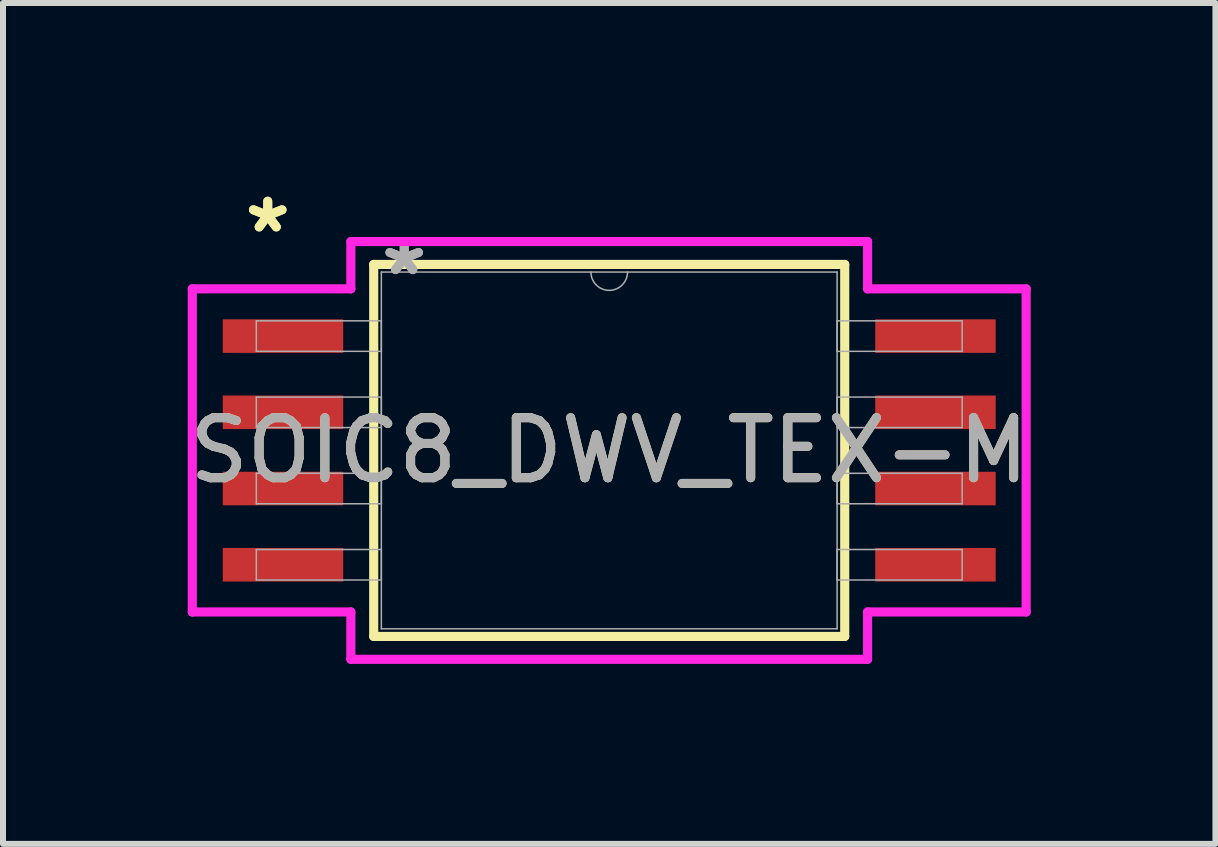
<source format=kicad_pcb>
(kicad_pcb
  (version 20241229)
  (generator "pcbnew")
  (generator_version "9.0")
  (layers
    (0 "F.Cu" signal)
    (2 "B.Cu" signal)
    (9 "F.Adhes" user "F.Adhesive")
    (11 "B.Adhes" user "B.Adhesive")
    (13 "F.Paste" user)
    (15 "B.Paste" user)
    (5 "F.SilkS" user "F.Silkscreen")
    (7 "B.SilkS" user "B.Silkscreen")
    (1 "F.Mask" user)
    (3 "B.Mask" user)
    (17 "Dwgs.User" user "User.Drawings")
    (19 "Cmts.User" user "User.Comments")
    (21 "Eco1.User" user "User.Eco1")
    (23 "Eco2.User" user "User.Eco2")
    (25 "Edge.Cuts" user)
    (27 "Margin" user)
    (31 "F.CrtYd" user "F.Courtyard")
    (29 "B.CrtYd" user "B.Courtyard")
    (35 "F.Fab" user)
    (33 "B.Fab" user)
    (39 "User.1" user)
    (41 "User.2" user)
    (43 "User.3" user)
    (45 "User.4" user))
  (footprint "SOIC8_DWV_TEX-M"
    (layer "F.Cu")
    (at 7.101 4.455)
    (property "Reference" "SOIC8_DWV_TEX-M" (at 0 0 0) (unlocked yes) (layer "F.SilkS") (effects (font (size 1 1) (thickness 0.15))))
    (attr smd)
    (fp_line (start -3.924 -3.099) (end -3.924 3.099) (stroke (width 0.152) (type solid)) (layer "F.SilkS"))
    (fp_line (start -3.924 3.099) (end 3.924 3.099) (stroke (width 0.152) (type solid)) (layer "F.SilkS"))
    (fp_line (start 3.924 -3.099) (end -3.924 -3.099) (stroke (width 0.152) (type solid)) (layer "F.SilkS"))
    (fp_line (start 3.924 3.099) (end 3.924 -3.099) (stroke (width 0.152) (type solid)) (layer "F.SilkS"))
    (fp_line (start -6.947 -2.692) (end -4.305 -2.692) (stroke (width 0.152) (type solid)) (layer "F.CrtYd"))
    (fp_line (start -6.947 2.692) (end -6.947 -2.692) (stroke (width 0.152) (type solid)) (layer "F.CrtYd"))
    (fp_line (start -6.947 2.692) (end -4.305 2.692) (stroke (width 0.152) (type solid)) (layer "F.CrtYd"))
    (fp_line (start -4.305 -3.48) (end 4.305 -3.48) (stroke (width 0.152) (type solid)) (layer "F.CrtYd"))
    (fp_line (start -4.305 -2.692) (end -4.305 -3.48) (stroke (width 0.152) (type solid)) (layer "F.CrtYd"))
    (fp_line (start -4.305 3.48) (end -4.305 2.692) (stroke (width 0.152) (type solid)) (layer "F.CrtYd"))
    (fp_line (start 4.305 -3.48) (end 4.305 -2.692) (stroke (width 0.152) (type solid)) (layer "F.CrtYd"))
    (fp_line (start 4.305 2.692) (end 4.305 3.48) (stroke (width 0.152) (type solid)) (layer "F.CrtYd"))
    (fp_line (start 4.305 3.48) (end -4.305 3.48) (stroke (width 0.152) (type solid)) (layer "F.CrtYd"))
    (fp_line (start 6.947 -2.692) (end 4.305 -2.692) (stroke (width 0.152) (type solid)) (layer "F.CrtYd"))
    (fp_line (start 6.947 -2.692) (end 6.947 2.692) (stroke (width 0.152) (type solid)) (layer "F.CrtYd"))
    (fp_line (start 6.947 2.692) (end 4.305 2.692) (stroke (width 0.152) (type solid)) (layer "F.CrtYd"))
    (fp_line (start -5.88 -2.159) (end -5.88 -1.651) (stroke (width 0.025) (type solid)) (layer "F.Fab"))
    (fp_line (start -5.88 -1.651) (end -3.797 -1.651) (stroke (width 0.025) (type solid)) (layer "F.Fab"))
    (fp_line (start -5.88 -0.889) (end -5.88 -0.381) (stroke (width 0.025) (type solid)) (layer "F.Fab"))
    (fp_line (start -5.88 -0.381) (end -3.797 -0.381) (stroke (width 0.025) (type solid)) (layer "F.Fab"))
    (fp_line (start -5.88 0.381) (end -5.88 0.889) (stroke (width 0.025) (type solid)) (layer "F.Fab"))
    (fp_line (start -5.88 0.889) (end -3.797 0.889) (stroke (width 0.025) (type solid)) (layer "F.Fab"))
    (fp_line (start -5.88 1.651) (end -5.88 2.159) (stroke (width 0.025) (type solid)) (layer "F.Fab"))
    (fp_line (start -5.88 2.159) (end -3.797 2.159) (stroke (width 0.025) (type solid)) (layer "F.Fab"))
    (fp_line (start -3.797 -2.972) (end -3.797 2.972) (stroke (width 0.025) (type solid)) (layer "F.Fab"))
    (fp_line (start -3.797 -2.159) (end -5.88 -2.159) (stroke (width 0.025) (type solid)) (layer "F.Fab"))
    (fp_line (start -3.797 -1.651) (end -3.797 -2.159) (stroke (width 0.025) (type solid)) (layer "F.Fab"))
    (fp_line (start -3.797 -0.889) (end -5.88 -0.889) (stroke (width 0.025) (type solid)) (layer "F.Fab"))
    (fp_line (start -3.797 -0.381) (end -3.797 -0.889) (stroke (width 0.025) (type solid)) (layer "F.Fab"))
    (fp_line (start -3.797 0.381) (end -5.88 0.381) (stroke (width 0.025) (type solid)) (layer "F.Fab"))
    (fp_line (start -3.797 0.889) (end -3.797 0.381) (stroke (width 0.025) (type solid)) (layer "F.Fab"))
    (fp_line (start -3.797 1.651) (end -5.88 1.651) (stroke (width 0.025) (type solid)) (layer "F.Fab"))
    (fp_line (start -3.797 2.159) (end -3.797 1.651) (stroke (width 0.025) (type solid)) (layer "F.Fab"))
    (fp_line (start -3.797 2.972) (end 3.797 2.972) (stroke (width 0.025) (type solid)) (layer "F.Fab"))
    (fp_line (start 3.797 -2.972) (end -3.797 -2.972) (stroke (width 0.025) (type solid)) (layer "F.Fab"))
    (fp_line (start 3.797 -2.159) (end 3.797 -1.651) (stroke (width 0.025) (type solid)) (layer "F.Fab"))
    (fp_line (start 3.797 -1.651) (end 5.88 -1.651) (stroke (width 0.025) (type solid)) (layer "F.Fab"))
    (fp_line (start 3.797 -0.889) (end 3.797 -0.381) (stroke (width 0.025) (type solid)) (layer "F.Fab"))
    (fp_line (start 3.797 -0.381) (end 5.88 -0.381) (stroke (width 0.025) (type solid)) (layer "F.Fab"))
    (fp_line (start 3.797 0.381) (end 3.797 0.889) (stroke (width 0.025) (type solid)) (layer "F.Fab"))
    (fp_line (start 3.797 0.889) (end 5.88 0.889) (stroke (width 0.025) (type solid)) (layer "F.Fab"))
    (fp_line (start 3.797 1.651) (end 3.797 2.159) (stroke (width 0.025) (type solid)) (layer "F.Fab"))
    (fp_line (start 3.797 2.159) (end 5.88 2.159) (stroke (width 0.025) (type solid)) (layer "F.Fab"))
    (fp_line (start 3.797 2.972) (end 3.797 -2.972) (stroke (width 0.025) (type solid)) (layer "F.Fab"))
    (fp_line (start 5.88 -2.159) (end 3.797 -2.159) (stroke (width 0.025) (type solid)) (layer "F.Fab"))
    (fp_line (start 5.88 -1.651) (end 5.88 -2.159) (stroke (width 0.025) (type solid)) (layer "F.Fab"))
    (fp_line (start 5.88 -0.889) (end 3.797 -0.889) (stroke (width 0.025) (type solid)) (layer "F.Fab"))
    (fp_line (start 5.88 -0.381) (end 5.88 -0.889) (stroke (width 0.025) (type solid)) (layer "F.Fab"))
    (fp_line (start 5.88 0.381) (end 3.797 0.381) (stroke (width 0.025) (type solid)) (layer "F.Fab"))
    (fp_line (start 5.88 0.889) (end 5.88 0.381) (stroke (width 0.025) (type solid)) (layer "F.Fab"))
    (fp_line (start 5.88 1.651) (end 3.797 1.651) (stroke (width 0.025) (type solid)) (layer "F.Fab"))
    (fp_line (start 5.88 2.159) (end 5.88 1.651) (stroke (width 0.025) (type solid)) (layer "F.Fab"))
    (fp_arc (start 0.3048 -2.9718) (mid 0 -2.667) (end -0.3048 -2.9718) (stroke (width 0.0254) (type solid)) (layer "F.Fab"))
    (fp_text user "*" (at -5.69 -3.607 0) (layer "F.SilkS") (effects (font (size 1 1) (thickness 0.15))))
    (fp_text user "*" (at -5.69 -3.607 0) (unlocked yes) (layer "F.SilkS") (effects (font (size 1 1) (thickness 0.15))))
    (fp_text user "*" (at -3.416 -2.896 0) (layer "F.Fab") (effects (font (size 1 1) (thickness 0.15))))
    (fp_text user "${REFERENCE}" (at 0 0 0) (unlocked yes) (layer "F.Fab") (effects (font (size 1 1) (thickness 0.15))))
    (fp_text user "*" (at -3.416 -2.896 0) (unlocked yes) (layer "F.Fab") (effects (font (size 1 1) (thickness 0.15))))
    (pad "1" smd rect (at -5.436 -1.905) (size 2.007 0.559) (layers "F.Cu" "F.Mask" "F.Paste"))
    (pad "2" smd rect (at -5.436 -0.635) (size 2.007 0.559) (layers "F.Cu" "F.Mask" "F.Paste"))
    (pad "3" smd rect (at -5.436 0.635) (size 2.007 0.559) (layers "F.Cu" "F.Mask" "F.Paste"))
    (pad "4" smd rect (at -5.436 1.905) (size 2.007 0.559) (layers "F.Cu" "F.Mask" "F.Paste"))
    (pad "5" smd rect (at 5.436 1.905) (size 2.007 0.559) (layers "F.Cu" "F.Mask" "F.Paste"))
    (pad "6" smd rect (at 5.436 0.635) (size 2.007 0.559) (layers "F.Cu" "F.Mask" "F.Paste"))
    (pad "7" smd rect (at 5.436 -0.635) (size 2.007 0.559) (layers "F.Cu" "F.Mask" "F.Paste"))
    (pad "8" smd rect (at 5.436 -1.905) (size 2.007 0.559) (layers "F.Cu" "F.Mask" "F.Paste")))
  (gr_rect
    (start -3 -3)
    (end 17.202 11.011)
    (stroke (width 0.1) (type default))
    (fill no)
    (layer "Edge.Cuts")))
</source>
